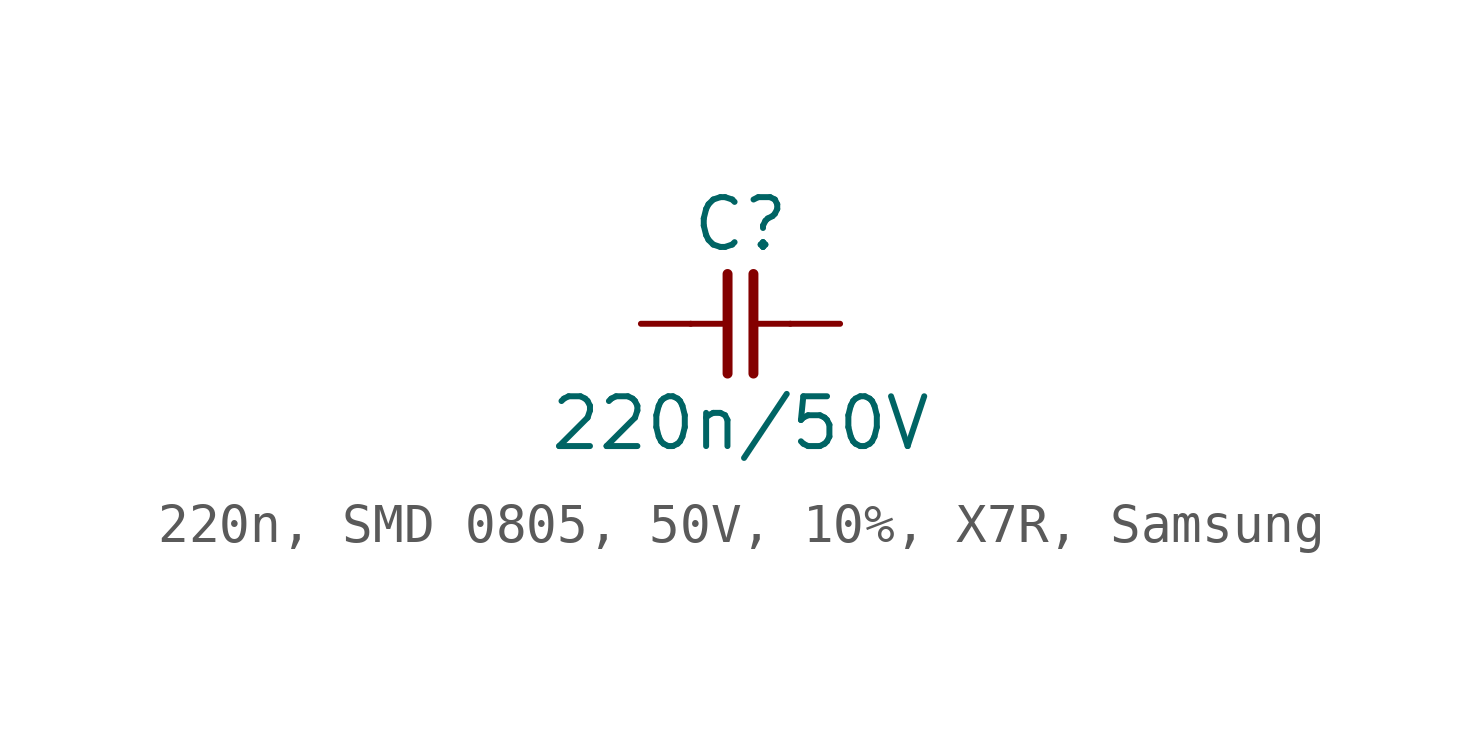
<source format=kicad_sym>
(kicad_symbol_lib
  (version 20241209)
  (generator "kicad_symbol_editor")
  (generator_version "9.0")
  (symbol "220n, SMD 0805, 50V, 10%, X7R, Samsung"
    (pin_numbers
      (hide yes))
    (pin_names
      (offset 0)
      (hide yes))
    (property "Reference" "C"
      (at 0 2.54 0)
      (effects (font (size 1.27 1.27))))
    (property "Value" "220n/50V"
      (at 0 -2.54 0)
      (effects (font (size 1.27 1.27))))
    (symbol "220n, SMD 0805, 50V, 10%, X7R, Samsung_0_1"
      (polyline (pts (xy -0.33 1.27) (xy -0.33 -1.27)) (stroke (width 0.254) (type default)) (fill (type none)))
      (polyline (pts (xy -0.318 0) (xy -1.27 0)) (stroke (width 0) (type default)) (fill (type none)))
      (polyline (pts (xy 0.33 1.27) (xy 0.33 -1.27)) (stroke (width 0.254) (type default)) (fill (type none)))
      (polyline (pts (xy 1.27 0) (xy 0.318 0)) (stroke (width 0) (type default)) (fill (type none))))
    (symbol "220n, SMD 0805, 50V, 10%, X7R, Samsung_1_1"
      (pin passive line (at -2.54 0 0) (length 1.27) (name "1" (effects (font (size 1.27 1.27)))) (number "1" (effects (font (size 1.27 1.27)))))
      (pin passive line (at 2.54 0 180) (length 1.27) (name "2" (effects (font (size 1.27 1.27)))) (number "2" (effects (font (size 1.27 1.27))))))))
</source>
